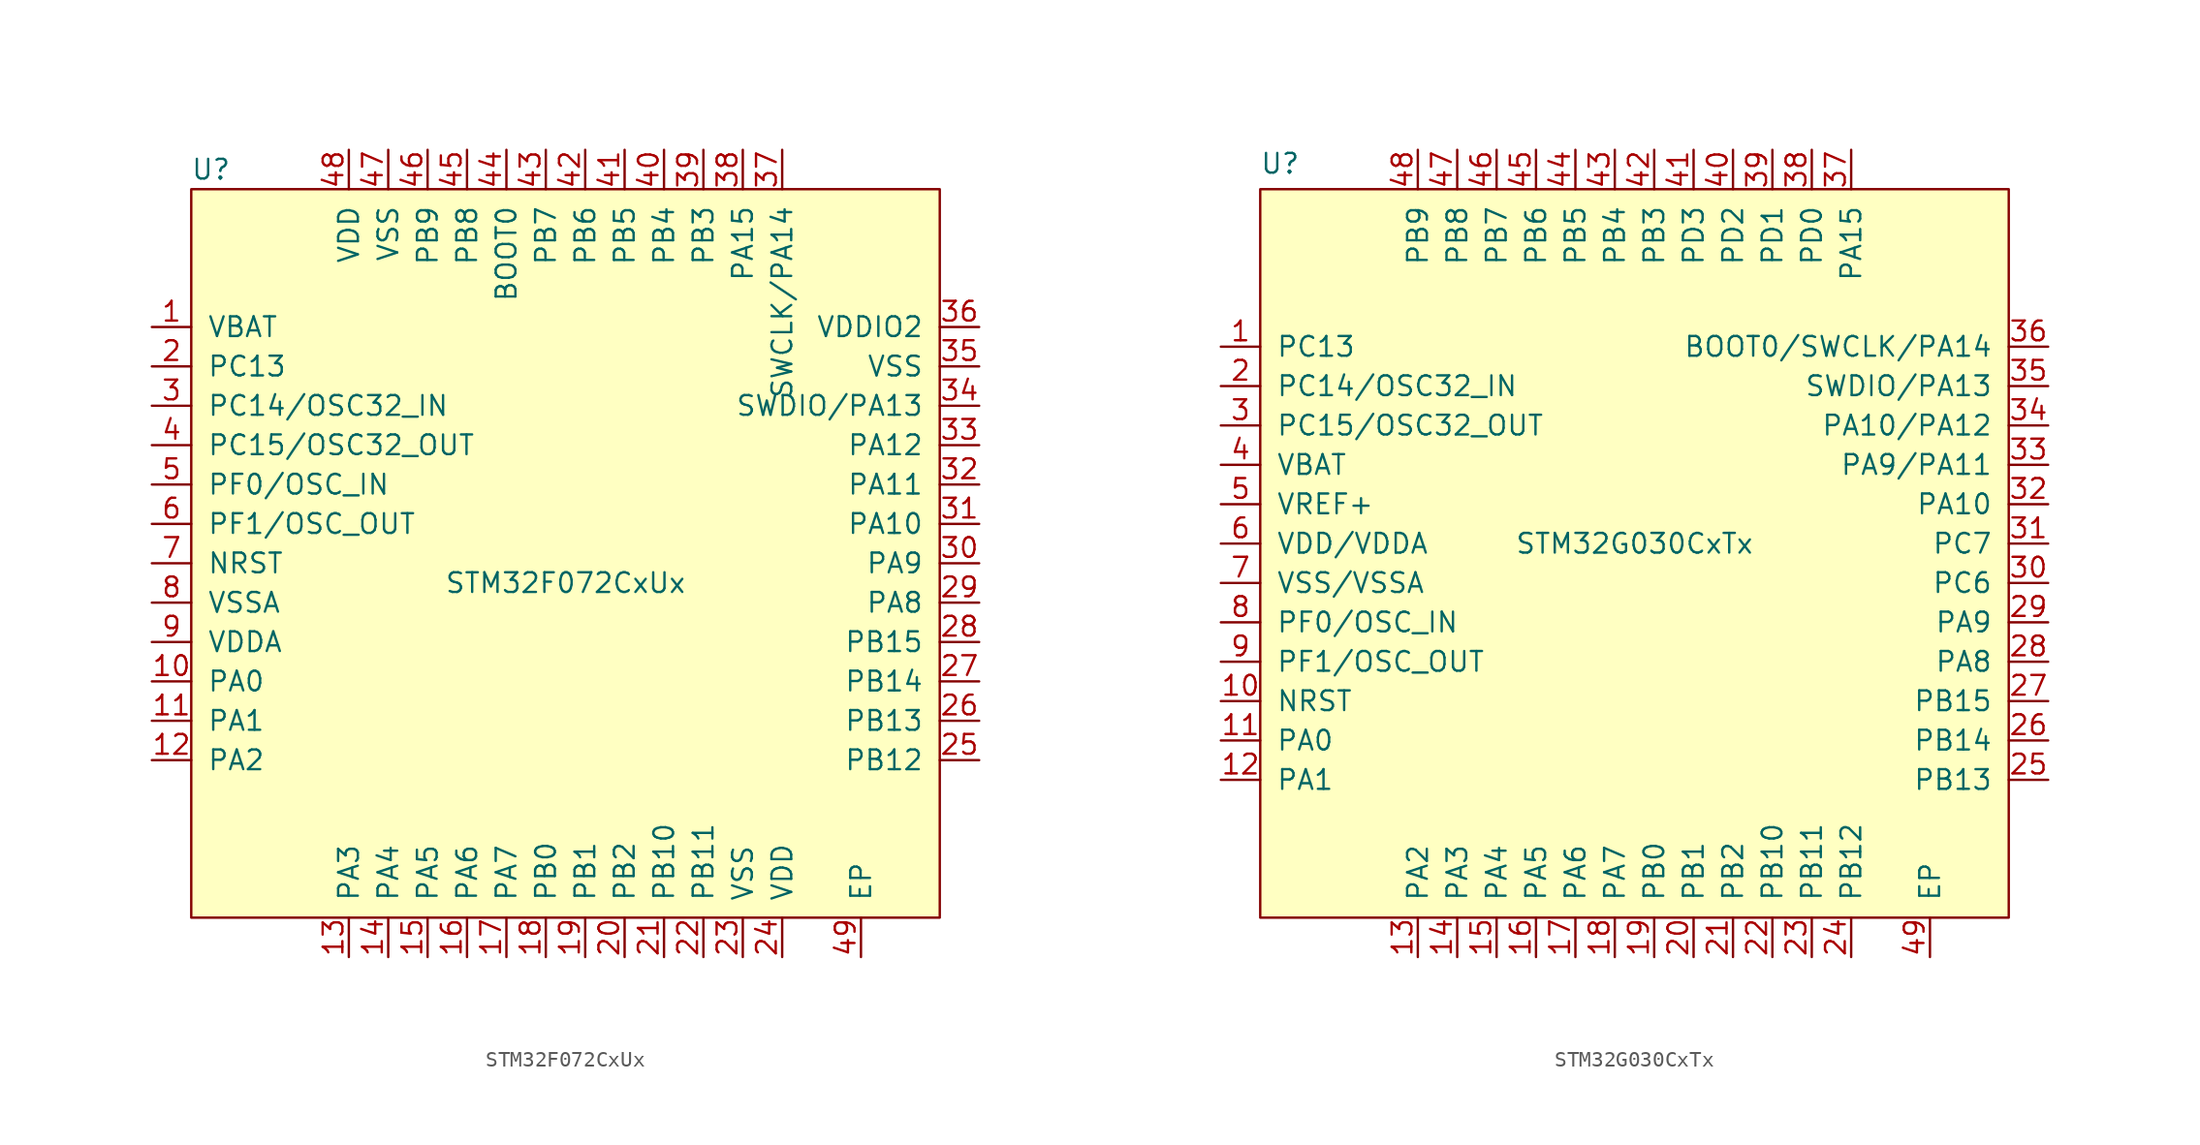
<source format=kicad_sym>
(kicad_symbol_lib
  (version 20241209)
  (generator "kicad_symbol_editor")
  (generator_version "9.0")
  (symbol "STM32F072CxUx"
    (pin_names
      (offset 1.016))
    (property "Reference" "U"
      (at 1.27 48.26 0)
      (effects (font (size 1.27 1.27))))
    (property "Value" "STM32F072CxUx"
      (at 24.13 21.59 0)
      (effects (font (size 1.27 1.27))))
    (symbol "STM32F072CxUx_0_1"
      (rectangle (start 0 46.99) (end 48.26 0) (stroke (width 0) (type default)) (fill (type background))))
    (symbol "STM32F072CxUx_1_1"
      (pin power_in line (at -2.54 38.1 0) (length 2.54) (name "VBAT" (effects (font (size 1.27 1.27)))) (number "1" (effects (font (size 1.27 1.27)))))
      (pin bidirectional line (at -2.54 35.56 0) (length 2.54) (name "PC13" (effects (font (size 1.27 1.27)))) (number "2" (effects (font (size 1.27 1.27)))))
      (pin bidirectional line (at -2.54 33.02 0) (length 2.54) (name "PC14/OSC32_IN" (effects (font (size 1.27 1.27)))) (number "3" (effects (font (size 1.27 1.27)))))
      (pin bidirectional line (at -2.54 30.48 0) (length 2.54) (name "PC15/OSC32_OUT" (effects (font (size 1.27 1.27)))) (number "4" (effects (font (size 1.27 1.27)))))
      (pin bidirectional line (at -2.54 27.94 0) (length 2.54) (name "PF0/OSC_IN" (effects (font (size 1.27 1.27)))) (number "5" (effects (font (size 1.27 1.27)))))
      (pin bidirectional line (at -2.54 25.4 0) (length 2.54) (name "PF1/OSC_OUT" (effects (font (size 1.27 1.27)))) (number "6" (effects (font (size 1.27 1.27)))))
      (pin input line (at -2.54 22.86 0) (length 2.54) (name "NRST" (effects (font (size 1.27 1.27)))) (number "7" (effects (font (size 1.27 1.27)))))
      (pin power_in line (at -2.54 20.32 0) (length 2.54) (name "VSSA" (effects (font (size 1.27 1.27)))) (number "8" (effects (font (size 1.27 1.27)))))
      (pin power_in line (at -2.54 17.78 0) (length 2.54) (name "VDDA" (effects (font (size 1.27 1.27)))) (number "9" (effects (font (size 1.27 1.27)))))
      (pin bidirectional line (at -2.54 15.24 0) (length 2.54) (name "PA0" (effects (font (size 1.27 1.27)))) (number "10" (effects (font (size 1.27 1.27)))))
      (pin bidirectional line (at -2.54 12.7 0) (length 2.54) (name "PA1" (effects (font (size 1.27 1.27)))) (number "11" (effects (font (size 1.27 1.27)))))
      (pin bidirectional line (at -2.54 10.16 0) (length 2.54) (name "PA2" (effects (font (size 1.27 1.27)))) (number "12" (effects (font (size 1.27 1.27)))))
      (pin power_in line (at 10.16 49.53 270) (length 2.54) (name "VDD" (effects (font (size 1.27 1.27)))) (number "48" (effects (font (size 1.27 1.27)))))
      (pin bidirectional line (at 10.16 -2.54 90) (length 2.54) (name "PA3" (effects (font (size 1.27 1.27)))) (number "13" (effects (font (size 1.27 1.27)))))
      (pin power_in line (at 12.7 49.53 270) (length 2.54) (name "VSS" (effects (font (size 1.27 1.27)))) (number "47" (effects (font (size 1.27 1.27)))))
      (pin bidirectional line (at 12.7 -2.54 90) (length 2.54) (name "PA4" (effects (font (size 1.27 1.27)))) (number "14" (effects (font (size 1.27 1.27)))))
      (pin bidirectional line (at 15.24 49.53 270) (length 2.54) (name "PB9" (effects (font (size 1.27 1.27)))) (number "46" (effects (font (size 1.27 1.27)))))
      (pin bidirectional line (at 15.24 -2.54 90) (length 2.54) (name "PA5" (effects (font (size 1.27 1.27)))) (number "15" (effects (font (size 1.27 1.27)))))
      (pin bidirectional line (at 17.78 49.53 270) (length 2.54) (name "PB8" (effects (font (size 1.27 1.27)))) (number "45" (effects (font (size 1.27 1.27)))))
      (pin bidirectional line (at 17.78 -2.54 90) (length 2.54) (name "PA6" (effects (font (size 1.27 1.27)))) (number "16" (effects (font (size 1.27 1.27)))))
      (pin bidirectional line (at 20.32 49.53 270) (length 2.54) (name "BOOT0" (effects (font (size 1.27 1.27)))) (number "44" (effects (font (size 1.27 1.27)))))
      (pin bidirectional line (at 20.32 -2.54 90) (length 2.54) (name "PA7" (effects (font (size 1.27 1.27)))) (number "17" (effects (font (size 1.27 1.27)))))
      (pin bidirectional line (at 22.86 49.53 270) (length 2.54) (name "PB7" (effects (font (size 1.27 1.27)))) (number "43" (effects (font (size 1.27 1.27)))))
      (pin bidirectional line (at 22.86 -2.54 90) (length 2.54) (name "PB0" (effects (font (size 1.27 1.27)))) (number "18" (effects (font (size 1.27 1.27)))))
      (pin bidirectional line (at 25.4 49.53 270) (length 2.54) (name "PB6" (effects (font (size 1.27 1.27)))) (number "42" (effects (font (size 1.27 1.27)))))
      (pin bidirectional line (at 25.4 -2.54 90) (length 2.54) (name "PB1" (effects (font (size 1.27 1.27)))) (number "19" (effects (font (size 1.27 1.27)))))
      (pin bidirectional line (at 27.94 49.53 270) (length 2.54) (name "PB5" (effects (font (size 1.27 1.27)))) (number "41" (effects (font (size 1.27 1.27)))))
      (pin bidirectional line (at 27.94 -2.54 90) (length 2.54) (name "PB2" (effects (font (size 1.27 1.27)))) (number "20" (effects (font (size 1.27 1.27)))))
      (pin bidirectional line (at 30.48 49.53 270) (length 2.54) (name "PB4" (effects (font (size 1.27 1.27)))) (number "40" (effects (font (size 1.27 1.27)))))
      (pin bidirectional line (at 30.48 -2.54 90) (length 2.54) (name "PB10" (effects (font (size 1.27 1.27)))) (number "21" (effects (font (size 1.27 1.27)))))
      (pin bidirectional line (at 33.02 49.53 270) (length 2.54) (name "PB3" (effects (font (size 1.27 1.27)))) (number "39" (effects (font (size 1.27 1.27)))))
      (pin bidirectional line (at 33.02 -2.54 90) (length 2.54) (name "PB11" (effects (font (size 1.27 1.27)))) (number "22" (effects (font (size 1.27 1.27)))))
      (pin bidirectional line (at 35.56 49.53 270) (length 2.54) (name "PA15" (effects (font (size 1.27 1.27)))) (number "38" (effects (font (size 1.27 1.27)))))
      (pin power_in line (at 35.56 -2.54 90) (length 2.54) (name "VSS" (effects (font (size 1.27 1.27)))) (number "23" (effects (font (size 1.27 1.27)))))
      (pin bidirectional line (at 38.1 49.53 270) (length 2.54) (name "SWCLK/PA14" (effects (font (size 1.27 1.27)))) (number "37" (effects (font (size 1.27 1.27)))))
      (pin power_in line (at 38.1 -2.54 90) (length 2.54) (name "VDD" (effects (font (size 1.27 1.27)))) (number "24" (effects (font (size 1.27 1.27)))))
      (pin power_in line (at 43.18 -2.54 90) (length 2.54) (name "EP" (effects (font (size 1.27 1.27)))) (number "49" (effects (font (size 1.27 1.27)))))
      (pin power_in line (at 50.8 38.1 180) (length 2.54) (name "VDDIO2" (effects (font (size 1.27 1.27)))) (number "36" (effects (font (size 1.27 1.27)))))
      (pin power_in line (at 50.8 35.56 180) (length 2.54) (name "VSS" (effects (font (size 1.27 1.27)))) (number "35" (effects (font (size 1.27 1.27)))))
      (pin bidirectional line (at 50.8 33.02 180) (length 2.54) (name "SWDIO/PA13" (effects (font (size 1.27 1.27)))) (number "34" (effects (font (size 1.27 1.27)))))
      (pin bidirectional line (at 50.8 30.48 180) (length 2.54) (name "PA12" (effects (font (size 1.27 1.27)))) (number "33" (effects (font (size 1.27 1.27)))))
      (pin bidirectional line (at 50.8 27.94 180) (length 2.54) (name "PA11" (effects (font (size 1.27 1.27)))) (number "32" (effects (font (size 1.27 1.27)))))
      (pin bidirectional line (at 50.8 25.4 180) (length 2.54) (name "PA10" (effects (font (size 1.27 1.27)))) (number "31" (effects (font (size 1.27 1.27)))))
      (pin bidirectional line (at 50.8 22.86 180) (length 2.54) (name "PA9" (effects (font (size 1.27 1.27)))) (number "30" (effects (font (size 1.27 1.27)))))
      (pin bidirectional line (at 50.8 20.32 180) (length 2.54) (name "PA8" (effects (font (size 1.27 1.27)))) (number "29" (effects (font (size 1.27 1.27)))))
      (pin bidirectional line (at 50.8 17.78 180) (length 2.54) (name "PB15" (effects (font (size 1.27 1.27)))) (number "28" (effects (font (size 1.27 1.27)))))
      (pin bidirectional line (at 50.8 15.24 180) (length 2.54) (name "PB14" (effects (font (size 1.27 1.27)))) (number "27" (effects (font (size 1.27 1.27)))))
      (pin bidirectional line (at 50.8 12.7 180) (length 2.54) (name "PB13" (effects (font (size 1.27 1.27)))) (number "26" (effects (font (size 1.27 1.27)))))
      (pin bidirectional line (at 50.8 10.16 180) (length 2.54) (name "PB12" (effects (font (size 1.27 1.27)))) (number "25" (effects (font (size 1.27 1.27)))))))
  (symbol "STM32G030CxTx"
    (pin_names
      (offset 1.016))
    (property "Reference" "U"
      (at 1.28 48.64 0)
      (effects (font (size 1.27 1.27))))
    (property "Value" "STM32G030CxTx"
      (at 24.13 24.13 0)
      (effects (font (size 1.27 1.27))))
    (symbol "STM32G030CxTx_0_1"
      (rectangle (start 0 46.99) (end 48.26 0) (stroke (width 0) (type default)) (fill (type background))))
    (symbol "STM32G030CxTx_1_1"
      (pin bidirectional line (at -2.54 36.83 0) (length 2.54) (name "PC13" (effects (font (size 1.27 1.27)))) (number "1" (effects (font (size 1.27 1.27)))))
      (pin bidirectional line (at -2.54 34.29 0) (length 2.54) (name "PC14/OSC32_IN" (effects (font (size 1.27 1.27)))) (number "2" (effects (font (size 1.27 1.27)))))
      (pin bidirectional line (at -2.54 31.75 0) (length 2.54) (name "PC15/OSC32_OUT" (effects (font (size 1.27 1.27)))) (number "3" (effects (font (size 1.27 1.27)))))
      (pin power_in line (at -2.54 29.21 0) (length 2.54) (name "VBAT" (effects (font (size 1.27 1.27)))) (number "4" (effects (font (size 1.27 1.27)))))
      (pin power_in line (at -2.54 26.67 0) (length 2.54) (name "VREF+" (effects (font (size 1.27 1.27)))) (number "5" (effects (font (size 1.27 1.27)))))
      (pin power_in line (at -2.54 24.13 0) (length 2.54) (name "VDD/VDDA" (effects (font (size 1.27 1.27)))) (number "6" (effects (font (size 1.27 1.27)))))
      (pin power_in line (at -2.54 21.59 0) (length 2.54) (name "VSS/VSSA" (effects (font (size 1.27 1.27)))) (number "7" (effects (font (size 1.27 1.27)))))
      (pin bidirectional line (at -2.54 19.05 0) (length 2.54) (name "PF0/OSC_IN" (effects (font (size 1.27 1.27)))) (number "8" (effects (font (size 1.27 1.27)))))
      (pin bidirectional line (at -2.54 16.51 0) (length 2.54) (name "PF1/OSC_OUT" (effects (font (size 1.27 1.27)))) (number "9" (effects (font (size 1.27 1.27)))))
      (pin bidirectional line (at -2.54 13.97 0) (length 2.54) (name "NRST" (effects (font (size 1.27 1.27)))) (number "10" (effects (font (size 1.27 1.27)))))
      (pin bidirectional line (at -2.54 11.43 0) (length 2.54) (name "PA0" (effects (font (size 1.27 1.27)))) (number "11" (effects (font (size 1.27 1.27)))))
      (pin bidirectional line (at -2.54 8.89 0) (length 2.54) (name "PA1" (effects (font (size 1.27 1.27)))) (number "12" (effects (font (size 1.27 1.27)))))
      (pin bidirectional line (at 10.16 49.53 270) (length 2.54) (name "PB9" (effects (font (size 1.27 1.27)))) (number "48" (effects (font (size 1.27 1.27)))))
      (pin bidirectional line (at 10.16 -2.54 90) (length 2.54) (name "PA2" (effects (font (size 1.27 1.27)))) (number "13" (effects (font (size 1.27 1.27)))))
      (pin bidirectional line (at 12.7 49.53 270) (length 2.54) (name "PB8" (effects (font (size 1.27 1.27)))) (number "47" (effects (font (size 1.27 1.27)))))
      (pin bidirectional line (at 12.7 -2.54 90) (length 2.54) (name "PA3" (effects (font (size 1.27 1.27)))) (number "14" (effects (font (size 1.27 1.27)))))
      (pin bidirectional line (at 15.24 49.53 270) (length 2.54) (name "PB7" (effects (font (size 1.27 1.27)))) (number "46" (effects (font (size 1.27 1.27)))))
      (pin bidirectional line (at 15.24 -2.54 90) (length 2.54) (name "PA4" (effects (font (size 1.27 1.27)))) (number "15" (effects (font (size 1.27 1.27)))))
      (pin bidirectional line (at 17.78 49.53 270) (length 2.54) (name "PB6" (effects (font (size 1.27 1.27)))) (number "45" (effects (font (size 1.27 1.27)))))
      (pin bidirectional line (at 17.78 -2.54 90) (length 2.54) (name "PA5" (effects (font (size 1.27 1.27)))) (number "16" (effects (font (size 1.27 1.27)))))
      (pin bidirectional line (at 20.32 49.53 270) (length 2.54) (name "PB5" (effects (font (size 1.27 1.27)))) (number "44" (effects (font (size 1.27 1.27)))))
      (pin bidirectional line (at 20.32 -2.54 90) (length 2.54) (name "PA6" (effects (font (size 1.27 1.27)))) (number "17" (effects (font (size 1.27 1.27)))))
      (pin bidirectional line (at 22.86 49.53 270) (length 2.54) (name "PB4" (effects (font (size 1.27 1.27)))) (number "43" (effects (font (size 1.27 1.27)))))
      (pin bidirectional line (at 22.86 -2.54 90) (length 2.54) (name "PA7" (effects (font (size 1.27 1.27)))) (number "18" (effects (font (size 1.27 1.27)))))
      (pin bidirectional line (at 25.4 49.53 270) (length 2.54) (name "PB3" (effects (font (size 1.27 1.27)))) (number "42" (effects (font (size 1.27 1.27)))))
      (pin bidirectional line (at 25.4 -2.54 90) (length 2.54) (name "PB0" (effects (font (size 1.27 1.27)))) (number "19" (effects (font (size 1.27 1.27)))))
      (pin bidirectional line (at 27.94 49.53 270) (length 2.54) (name "PD3" (effects (font (size 1.27 1.27)))) (number "41" (effects (font (size 1.27 1.27)))))
      (pin bidirectional line (at 27.94 -2.54 90) (length 2.54) (name "PB1" (effects (font (size 1.27 1.27)))) (number "20" (effects (font (size 1.27 1.27)))))
      (pin bidirectional line (at 30.48 49.53 270) (length 2.54) (name "PD2" (effects (font (size 1.27 1.27)))) (number "40" (effects (font (size 1.27 1.27)))))
      (pin bidirectional line (at 30.48 -2.54 90) (length 2.54) (name "PB2" (effects (font (size 1.27 1.27)))) (number "21" (effects (font (size 1.27 1.27)))))
      (pin bidirectional line (at 33.02 49.53 270) (length 2.54) (name "PD1" (effects (font (size 1.27 1.27)))) (number "39" (effects (font (size 1.27 1.27)))))
      (pin bidirectional line (at 33.02 -2.54 90) (length 2.54) (name "PB10" (effects (font (size 1.27 1.27)))) (number "22" (effects (font (size 1.27 1.27)))))
      (pin bidirectional line (at 35.56 49.53 270) (length 2.54) (name "PD0" (effects (font (size 1.27 1.27)))) (number "38" (effects (font (size 1.27 1.27)))))
      (pin bidirectional line (at 35.56 -2.54 90) (length 2.54) (name "PB11" (effects (font (size 1.27 1.27)))) (number "23" (effects (font (size 1.27 1.27)))))
      (pin bidirectional line (at 38.1 49.53 270) (length 2.54) (name "PA15" (effects (font (size 1.27 1.27)))) (number "37" (effects (font (size 1.27 1.27)))))
      (pin bidirectional line (at 38.1 -2.54 90) (length 2.54) (name "PB12" (effects (font (size 1.27 1.27)))) (number "24" (effects (font (size 1.27 1.27)))))
      (pin power_in line (at 43.18 -2.54 90) (length 2.54) (name "EP" (effects (font (size 1.27 1.27)))) (number "49" (effects (font (size 1.27 1.27)))))
      (pin bidirectional line (at 50.8 36.83 180) (length 2.54) (name "BOOT0/SWCLK/PA14" (effects (font (size 1.27 1.27)))) (number "36" (effects (font (size 1.27 1.27)))))
      (pin bidirectional line (at 50.8 34.29 180) (length 2.54) (name "SWDIO/PA13" (effects (font (size 1.27 1.27)))) (number "35" (effects (font (size 1.27 1.27)))))
      (pin bidirectional line (at 50.8 31.75 180) (length 2.54) (name "PA10/PA12" (effects (font (size 1.27 1.27)))) (number "34" (effects (font (size 1.27 1.27)))))
      (pin bidirectional line (at 50.8 29.21 180) (length 2.54) (name "PA9/PA11" (effects (font (size 1.27 1.27)))) (number "33" (effects (font (size 1.27 1.27)))))
      (pin bidirectional line (at 50.8 26.67 180) (length 2.54) (name "PA10" (effects (font (size 1.27 1.27)))) (number "32" (effects (font (size 1.27 1.27)))))
      (pin bidirectional line (at 50.8 24.13 180) (length 2.54) (name "PC7" (effects (font (size 1.27 1.27)))) (number "31" (effects (font (size 1.27 1.27)))))
      (pin bidirectional line (at 50.8 21.59 180) (length 2.54) (name "PC6" (effects (font (size 1.27 1.27)))) (number "30" (effects (font (size 1.27 1.27)))))
      (pin bidirectional line (at 50.8 19.05 180) (length 2.54) (name "PA9" (effects (font (size 1.27 1.27)))) (number "29" (effects (font (size 1.27 1.27)))))
      (pin bidirectional line (at 50.8 16.51 180) (length 2.54) (name "PA8" (effects (font (size 1.27 1.27)))) (number "28" (effects (font (size 1.27 1.27)))))
      (pin bidirectional line (at 50.8 13.97 180) (length 2.54) (name "PB15" (effects (font (size 1.27 1.27)))) (number "27" (effects (font (size 1.27 1.27)))))
      (pin bidirectional line (at 50.8 11.43 180) (length 2.54) (name "PB14" (effects (font (size 1.27 1.27)))) (number "26" (effects (font (size 1.27 1.27)))))
      (pin bidirectional line (at 50.8 8.89 180) (length 2.54) (name "PB13" (effects (font (size 1.27 1.27)))) (number "25" (effects (font (size 1.27 1.27))))))))
</source>
